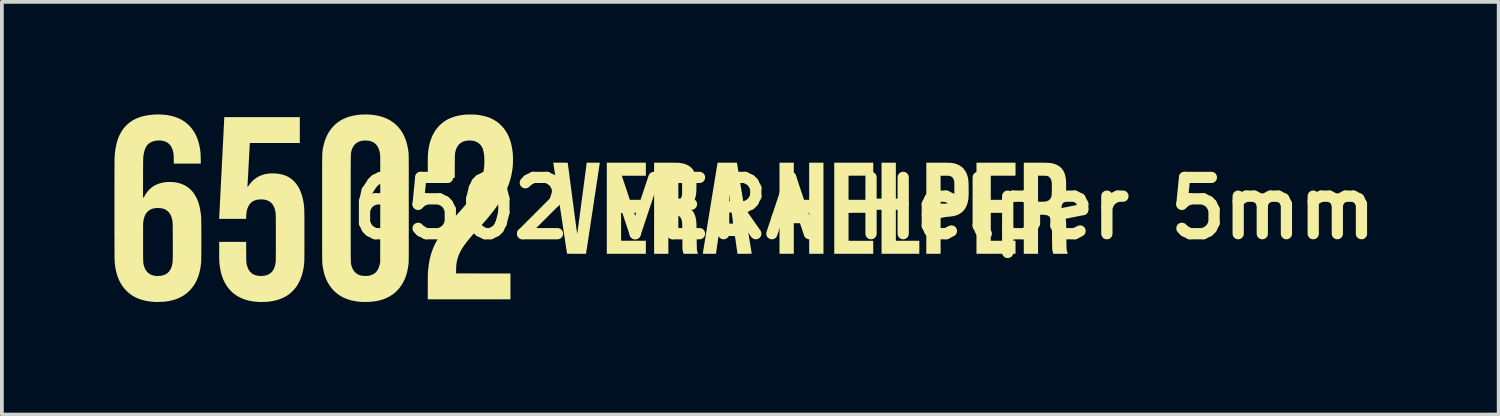
<source format=kicad_pcb>
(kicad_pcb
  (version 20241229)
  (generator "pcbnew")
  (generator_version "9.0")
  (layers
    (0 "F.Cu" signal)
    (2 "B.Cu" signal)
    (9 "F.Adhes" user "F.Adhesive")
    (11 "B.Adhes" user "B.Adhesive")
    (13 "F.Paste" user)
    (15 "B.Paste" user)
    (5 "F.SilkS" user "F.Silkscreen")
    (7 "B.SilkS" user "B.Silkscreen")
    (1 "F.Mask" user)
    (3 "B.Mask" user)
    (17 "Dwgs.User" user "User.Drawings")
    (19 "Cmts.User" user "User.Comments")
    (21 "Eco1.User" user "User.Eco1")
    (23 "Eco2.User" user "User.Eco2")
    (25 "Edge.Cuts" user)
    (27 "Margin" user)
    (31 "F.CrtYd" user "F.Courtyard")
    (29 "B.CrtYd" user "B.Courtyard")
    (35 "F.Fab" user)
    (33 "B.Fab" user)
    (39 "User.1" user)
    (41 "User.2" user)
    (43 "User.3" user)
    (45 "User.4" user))
  (footprint "6502 VERA Helper 5mm"
    (layer "F.Cu")
    (at 19.987 2.5)
    (property "Reference" "6502 VERA Helper 5mm" (at 0 0 0) (layer "F.SilkS") (effects (font (size 1.5 1.5) (thickness 0.3))))
    (attr board_only exclude_from_pos_files exclude_from_bom)
    (fp_poly (pts (xy 0.84 -0.173) (xy 0.84 0.867) (xy 1.153 0.867) (xy 1.466 0.867) (xy 1.466 1.041) (xy 1.466 1.214) (xy 0.962 1.214) (xy 0.459 1.214) (xy 0.459 0) (xy 0.459 -1.214) (xy 0.649 -1.214) (xy 0.84 -1.214)) (stroke (width 0) (type solid)) (fill yes) (layer "F.SilkS"))
    (fp_poly (pts (xy -5.823 -1.041) (xy -5.823 -0.867) (xy -6.153 -0.867) (xy -6.483 -0.867) (xy -6.483 -0.546) (xy -6.483 -0.224) (xy -6.221 -0.224) (xy -5.959 -0.224) (xy -5.96 -0.052) (xy -5.961 0.121) (xy -6.222 0.122) (xy -6.483 0.123) (xy -6.483 0.495) (xy -6.483 0.867) (xy -6.153 0.867) (xy -5.823 0.867) (xy -5.823 1.041) (xy -5.823 1.214) (xy -6.344 1.214) (xy -6.864 1.214) (xy -6.864 0) (xy -6.864 -1.214) (xy -6.344 -1.214) (xy -5.823 -1.214)) (stroke (width 0) (type solid)) (fill yes) (layer "F.SilkS"))
    (fp_poly (pts (xy -1.88 -0.719) (xy -1.88 -0.224) (xy -1.675 -0.224) (xy -1.47 -0.224) (xy -1.47 -0.719) (xy -1.47 -1.214) (xy -1.28 -1.214) (xy -1.089 -1.214) (xy -1.089 0) (xy -1.089 1.214) (xy -1.28 1.214) (xy -1.47 1.214) (xy -1.47 0.668) (xy -1.47 0.123) (xy -1.675 0.123) (xy -1.88 0.123) (xy -1.88 0.668) (xy -1.88 1.214) (xy -2.071 1.214) (xy -2.261 1.214) (xy -2.261 0) (xy -2.261 -1.214) (xy -2.071 -1.214) (xy -1.88 -1.214)) (stroke (width 0) (type solid)) (fill yes) (layer "F.SilkS"))
    (fp_poly (pts (xy 0.238 -1.042) (xy 0.237 -0.869) (xy -0.092 -0.868) (xy -0.421 -0.867) (xy -0.421 -0.546) (xy -0.421 -0.224) (xy -0.159 -0.224) (xy 0.104 -0.224) (xy 0.103 -0.052) (xy 0.102 0.121) (xy -0.16 0.122) (xy -0.421 0.123) (xy -0.421 0.495) (xy -0.421 0.867) (xy -0.092 0.868) (xy 0.237 0.869) (xy 0.238 1.042) (xy 0.239 1.214) (xy -0.281 1.214) (xy -0.802 1.214) (xy -0.802 0) (xy -0.802 -1.214) (xy -0.281 -1.214) (xy 0.239 -1.214)) (stroke (width 0) (type solid)) (fill yes) (layer "F.SilkS"))
    (fp_poly (pts (xy 4.03 -1.041) (xy 4.03 -0.867) (xy 3.7 -0.867) (xy 3.37 -0.867) (xy 3.37 -0.546) (xy 3.37 -0.224) (xy 3.632 -0.224) (xy 3.894 -0.224) (xy 3.894 -0.051) (xy 3.894 0.123) (xy 3.632 0.123) (xy 3.37 0.123) (xy 3.37 0.495) (xy 3.37 0.867) (xy 3.7 0.867) (xy 4.03 0.867) (xy 4.03 1.041) (xy 4.03 1.214) (xy 3.509 1.214) (xy 2.989 1.214) (xy 2.989 0) (xy 2.989 -1.214) (xy 3.509 -1.214) (xy 4.03 -1.214)) (stroke (width 0) (type solid)) (fill yes) (layer "F.SilkS"))
    (fp_poly (pts (xy 2.025 -1.214) (xy 2.081 -1.214) (xy 2.131 -1.214) (xy 2.175 -1.213) (xy 2.212 -1.213) (xy 2.245 -1.212) (xy 2.273 -1.211) (xy 2.297 -1.21) (xy 2.318 -1.208) (xy 2.337 -1.206) (xy 2.354 -1.203) (xy 2.37 -1.2) (xy 2.386 -1.197) (xy 2.402 -1.193) (xy 2.41 -1.191) (xy 2.473 -1.171) (xy 2.53 -1.145) (xy 2.581 -1.113) (xy 2.626 -1.074) (xy 2.665 -1.03) (xy 2.699 -0.979) (xy 2.727 -0.922) (xy 2.741 -0.883) (xy 2.749 -0.857) (xy 2.756 -0.833) (xy 2.762 -0.81) (xy 2.767 -0.785) (xy 2.771 -0.759) (xy 2.774 -0.73) (xy 2.776 -0.698) (xy 2.778 -0.661) (xy 2.779 -0.617) (xy 2.78 -0.567) (xy 2.78 -0.539) (xy 2.781 -0.474) (xy 2.781 -0.418) (xy 2.78 -0.368) (xy 2.778 -0.323) (xy 2.776 -0.284) (xy 2.773 -0.248) (xy 2.768 -0.216) (xy 2.763 -0.186) (xy 2.756 -0.157) (xy 2.749 -0.132) (xy 2.728 -0.069) (xy 2.7 -0.013) (xy 2.667 0.038) (xy 2.628 0.082) (xy 2.583 0.12) (xy 2.533 0.153) (xy 2.476 0.18) (xy 2.413 0.201) (xy 2.354 0.214) (xy 2.34 0.216) (xy 2.325 0.218) (xy 2.306 0.219) (xy 2.283 0.221) (xy 2.255 0.222) (xy 2.221 0.222) (xy 2.18 0.223) (xy 2.173 0.223) (xy 2.033 0.225) (xy 2.033 0.72) (xy 2.033 1.214) (xy 1.842 1.214) (xy 1.652 1.214) (xy 1.652 0) (xy 1.652 -0.495) (xy 2.033 -0.495) (xy 2.033 -0.123) (xy 2.141 -0.123) (xy 2.178 -0.123) (xy 2.208 -0.123) (xy 2.232 -0.124) (xy 2.25 -0.125) (xy 2.263 -0.127) (xy 2.274 -0.129) (xy 2.307 -0.141) (xy 2.336 -0.159) (xy 2.359 -0.182) (xy 2.376 -0.209) (xy 2.381 -0.221) (xy 2.385 -0.232) (xy 2.388 -0.243) (xy 2.391 -0.255) (xy 2.394 -0.268) (xy 2.395 -0.284) (xy 2.397 -0.304) (xy 2.398 -0.328) (xy 2.398 -0.357) (xy 2.398 -0.391) (xy 2.399 -0.432) (xy 2.399 -0.481) (xy 2.399 -0.495) (xy 2.399 -0.543) (xy 2.399 -0.584) (xy 2.398 -0.618) (xy 2.398 -0.646) (xy 2.398 -0.668) (xy 2.397 -0.686) (xy 2.396 -0.7) (xy 2.395 -0.712) (xy 2.394 -0.721) (xy 2.392 -0.729) (xy 2.391 -0.734) (xy 2.38 -0.77) (xy 2.365 -0.799) (xy 2.347 -0.822) (xy 2.325 -0.839) (xy 2.314 -0.845) (xy 2.301 -0.851) (xy 2.288 -0.856) (xy 2.275 -0.86) (xy 2.261 -0.863) (xy 2.243 -0.865) (xy 2.221 -0.866) (xy 2.193 -0.867) (xy 2.159 -0.867) (xy 2.142 -0.867) (xy 2.033 -0.867) (xy 2.033 -0.495) (xy 1.652 -0.495) (xy 1.652 -1.214) (xy 1.96 -1.214)) (stroke (width 0) (type solid)) (fill yes) (layer "F.SilkS"))
    (fp_poly (pts (xy -8.05 -1.214) (xy -8.011 -1.214) (xy -7.979 -1.214) (xy -7.953 -1.213) (xy -7.934 -1.213) (xy -7.92 -1.212) (xy -7.911 -1.211) (xy -7.906 -1.21) (xy -7.905 -1.209) (xy -7.904 -1.204) (xy -7.903 -1.191) (xy -7.9 -1.171) (xy -7.897 -1.144) (xy -7.892 -1.11) (xy -7.887 -1.07) (xy -7.881 -1.025) (xy -7.874 -0.974) (xy -7.867 -0.919) (xy -7.859 -0.86) (xy -7.851 -0.796) (xy -7.842 -0.73) (xy -7.833 -0.66) (xy -7.824 -0.588) (xy -7.814 -0.515) (xy -7.804 -0.439) (xy -7.794 -0.363) (xy -7.784 -0.286) (xy -7.774 -0.209) (xy -7.763 -0.133) (xy -7.753 -0.057) (xy -7.744 0.017) (xy -7.734 0.09) (xy -7.725 0.161) (xy -7.716 0.229) (xy -7.707 0.293) (xy -7.699 0.354) (xy -7.691 0.411) (xy -7.684 0.464) (xy -7.678 0.512) (xy -7.672 0.554) (xy -7.667 0.59) (xy -7.663 0.62) (xy -7.66 0.643) (xy -7.658 0.659) (xy -7.657 0.667) (xy -7.657 0.668) (xy -7.653 0.671) (xy -7.651 0.67) (xy -7.65 0.666) (xy -7.648 0.653) (xy -7.646 0.633) (xy -7.642 0.606) (xy -7.637 0.571) (xy -7.631 0.531) (xy -7.625 0.484) (xy -7.618 0.431) (xy -7.61 0.373) (xy -7.601 0.31) (xy -7.592 0.242) (xy -7.583 0.17) (xy -7.572 0.095) (xy -7.562 0.015) (xy -7.551 -0.067) (xy -7.54 -0.152) (xy -7.528 -0.239) (xy -7.523 -0.274) (xy -7.399 -1.214) (xy -7.224 -1.214) (xy -7.049 -1.214) (xy -7.052 -1.2) (xy -7.052 -1.195) (xy -7.055 -1.182) (xy -7.058 -1.161) (xy -7.062 -1.132) (xy -7.067 -1.097) (xy -7.074 -1.055) (xy -7.081 -1.007) (xy -7.089 -0.952) (xy -7.098 -0.892) (xy -7.108 -0.827) (xy -7.119 -0.756) (xy -7.13 -0.681) (xy -7.142 -0.602) (xy -7.155 -0.518) (xy -7.168 -0.431) (xy -7.182 -0.341) (xy -7.196 -0.248) (xy -7.21 -0.152) (xy -7.225 -0.054) (xy -7.234 0.004) (xy -7.249 0.104) (xy -7.264 0.201) (xy -7.278 0.296) (xy -7.292 0.388) (xy -7.305 0.476) (xy -7.318 0.562) (xy -7.331 0.643) (xy -7.342 0.721) (xy -7.353 0.794) (xy -7.364 0.862) (xy -7.373 0.925) (xy -7.382 0.982) (xy -7.39 1.034) (xy -7.397 1.079) (xy -7.403 1.118) (xy -7.408 1.151) (xy -7.412 1.176) (xy -7.414 1.193) (xy -7.416 1.203) (xy -7.416 1.205) (xy -7.418 1.214) (xy -7.67 1.214) (xy -7.725 1.214) (xy -7.772 1.214) (xy -7.811 1.214) (xy -7.843 1.214) (xy -7.87 1.213) (xy -7.89 1.213) (xy -7.905 1.212) (xy -7.915 1.211) (xy -7.921 1.21) (xy -7.924 1.209) (xy -7.924 1.209) (xy -7.924 1.204) (xy -7.926 1.192) (xy -7.929 1.171) (xy -7.934 1.144) (xy -7.939 1.109) (xy -7.945 1.068) (xy -7.953 1.02) (xy -7.961 0.966) (xy -7.97 0.907) (xy -7.98 0.842) (xy -7.99 0.772) (xy -8.001 0.697) (xy -8.013 0.618) (xy -8.026 0.535) (xy -8.039 0.448) (xy -8.053 0.358) (xy -8.067 0.265) (xy -8.081 0.169) (xy -8.096 0.071) (xy -8.106 0.008) (xy -8.121 -0.091) (xy -8.135 -0.189) (xy -8.15 -0.284) (xy -8.164 -0.376) (xy -8.177 -0.465) (xy -8.19 -0.551) (xy -8.202 -0.633) (xy -8.214 -0.711) (xy -8.225 -0.784) (xy -8.236 -0.852) (xy -8.245 -0.916) (xy -8.254 -0.974) (xy -8.262 -1.026) (xy -8.269 -1.072) (xy -8.275 -1.112) (xy -8.28 -1.144) (xy -8.284 -1.17) (xy -8.286 -1.188) (xy -8.288 -1.198) (xy -8.288 -1.2) (xy -8.291 -1.214) (xy -8.098 -1.214)) (stroke (width 0) (type solid)) (fill yes) (layer "F.SilkS"))
    (fp_poly (pts (xy 4.631 -1.214) (xy 4.692 -1.214) (xy 4.745 -1.214) (xy 4.792 -1.213) (xy 4.833 -1.212) (xy 4.869 -1.211) (xy 4.9 -1.21) (xy 4.928 -1.208) (xy 4.952 -1.206) (xy 4.974 -1.203) (xy 4.994 -1.199) (xy 5.012 -1.196) (xy 5.03 -1.191) (xy 5.049 -1.186) (xy 5.068 -1.18) (xy 5.073 -1.178) (xy 5.129 -1.156) (xy 5.179 -1.129) (xy 5.224 -1.096) (xy 5.262 -1.058) (xy 5.295 -1.013) (xy 5.323 -0.963) (xy 5.345 -0.906) (xy 5.361 -0.843) (xy 5.373 -0.774) (xy 5.375 -0.752) (xy 5.377 -0.731) (xy 5.378 -0.704) (xy 5.378 -0.672) (xy 5.379 -0.635) (xy 5.379 -0.597) (xy 5.378 -0.557) (xy 5.378 -0.517) (xy 5.377 -0.479) (xy 5.375 -0.444) (xy 5.374 -0.413) (xy 5.372 -0.386) (xy 5.37 -0.367) (xy 5.369 -0.362) (xy 5.354 -0.296) (xy 5.334 -0.237) (xy 5.309 -0.184) (xy 5.278 -0.138) (xy 5.242 -0.099) (xy 5.2 -0.066) (xy 5.165 -0.046) (xy 5.15 -0.037) (xy 5.138 -0.03) (xy 5.132 -0.025) (xy 5.131 -0.024) (xy 5.135 -0.021) (xy 5.145 -0.016) (xy 5.159 -0.01) (xy 5.163 -0.008) (xy 5.205 0.012) (xy 5.242 0.038) (xy 5.274 0.069) (xy 5.301 0.105) (xy 5.325 0.148) (xy 5.344 0.198) (xy 5.36 0.255) (xy 5.372 0.319) (xy 5.373 0.331) (xy 5.375 0.342) (xy 5.376 0.355) (xy 5.377 0.371) (xy 5.378 0.391) (xy 5.379 0.414) (xy 5.379 0.443) (xy 5.38 0.476) (xy 5.381 0.516) (xy 5.382 0.561) (xy 5.382 0.614) (xy 5.383 0.674) (xy 5.383 0.723) (xy 5.384 0.796) (xy 5.385 0.86) (xy 5.386 0.918) (xy 5.387 0.968) (xy 5.387 1.01) (xy 5.388 1.044) (xy 5.389 1.07) (xy 5.39 1.089) (xy 5.391 1.098) (xy 5.399 1.137) (xy 5.409 1.172) (xy 5.417 1.195) (xy 5.425 1.214) (xy 5.231 1.214) (xy 5.037 1.214) (xy 5.029 1.186) (xy 5.025 1.173) (xy 5.021 1.16) (xy 5.018 1.149) (xy 5.016 1.137) (xy 5.013 1.124) (xy 5.011 1.109) (xy 5.01 1.093) (xy 5.008 1.074) (xy 5.007 1.051) (xy 5.006 1.024) (xy 5.006 0.993) (xy 5.005 0.957) (xy 5.004 0.915) (xy 5.004 0.866) (xy 5.003 0.81) (xy 5.003 0.747) (xy 5.002 0.728) (xy 5.002 0.664) (xy 5.001 0.607) (xy 5.001 0.559) (xy 5 0.517) (xy 5 0.481) (xy 4.999 0.45) (xy 4.999 0.425) (xy 4.998 0.404) (xy 4.997 0.387) (xy 4.996 0.374) (xy 4.995 0.363) (xy 4.994 0.354) (xy 4.993 0.347) (xy 4.992 0.344) (xy 4.983 0.31) (xy 4.974 0.282) (xy 4.962 0.259) (xy 4.948 0.24) (xy 4.933 0.225) (xy 4.915 0.21) (xy 4.896 0.199) (xy 4.875 0.19) (xy 4.85 0.183) (xy 4.82 0.178) (xy 4.785 0.175) (xy 4.743 0.174) (xy 4.716 0.174) (xy 4.63 0.173) (xy 4.63 0.694) (xy 4.63 1.214) (xy 4.44 1.214) (xy 4.25 1.214) (xy 4.25 0) (xy 4.25 -0.521) (xy 4.63 -0.521) (xy 4.63 -0.173) (xy 4.716 -0.174) (xy 4.752 -0.174) (xy 4.784 -0.175) (xy 4.81 -0.177) (xy 4.83 -0.179) (xy 4.833 -0.179) (xy 4.874 -0.19) (xy 4.908 -0.206) (xy 4.936 -0.229) (xy 4.96 -0.257) (xy 4.978 -0.292) (xy 4.988 -0.324) (xy 4.991 -0.335) (xy 4.992 -0.354) (xy 4.994 -0.379) (xy 4.995 -0.409) (xy 4.997 -0.442) (xy 4.997 -0.478) (xy 4.998 -0.515) (xy 4.998 -0.552) (xy 4.998 -0.587) (xy 4.998 -0.62) (xy 4.997 -0.649) (xy 4.996 -0.673) (xy 4.994 -0.691) (xy 4.994 -0.694) (xy 4.985 -0.738) (xy 4.971 -0.776) (xy 4.953 -0.807) (xy 4.929 -0.832) (xy 4.901 -0.85) (xy 4.889 -0.855) (xy 4.881 -0.858) (xy 4.874 -0.86) (xy 4.865 -0.862) (xy 4.854 -0.863) (xy 4.84 -0.864) (xy 4.821 -0.865) (xy 4.797 -0.866) (xy 4.765 -0.866) (xy 4.748 -0.866) (xy 4.63 -0.868) (xy 4.63 -0.521) (xy 4.25 -0.521) (xy 4.25 -1.214) (xy 4.563 -1.214)) (stroke (width 0) (type solid)) (fill yes) (layer "F.SilkS"))
    (fp_poly (pts (xy -5.228 -1.214) (xy -5.17 -1.214) (xy -5.118 -1.214) (xy -5.071 -1.213) (xy -5.029 -1.213) (xy -4.995 -1.212) (xy -4.967 -1.211) (xy -4.947 -1.211) (xy -4.936 -1.21) (xy -4.864 -1.199) (xy -4.8 -1.184) (xy -4.742 -1.163) (xy -4.69 -1.138) (xy -4.644 -1.107) (xy -4.604 -1.071) (xy -4.57 -1.029) (xy -4.541 -0.981) (xy -4.518 -0.927) (xy -4.511 -0.909) (xy -4.5 -0.869) (xy -4.49 -0.827) (xy -4.484 -0.781) (xy -4.478 -0.729) (xy -4.478 -0.719) (xy -4.476 -0.689) (xy -4.475 -0.654) (xy -4.475 -0.616) (xy -4.475 -0.575) (xy -4.475 -0.534) (xy -4.476 -0.494) (xy -4.478 -0.456) (xy -4.48 -0.422) (xy -4.482 -0.394) (xy -4.484 -0.374) (xy -4.497 -0.309) (xy -4.515 -0.251) (xy -4.538 -0.199) (xy -4.562 -0.158) (xy -4.586 -0.127) (xy -4.617 -0.097) (xy -4.65 -0.07) (xy -4.684 -0.047) (xy -4.705 -0.036) (xy -4.718 -0.03) (xy -4.723 -0.025) (xy -4.719 -0.02) (xy -4.712 -0.016) (xy -4.665 0.005) (xy -4.624 0.031) (xy -4.589 0.061) (xy -4.56 0.096) (xy -4.536 0.136) (xy -4.516 0.184) (xy -4.499 0.238) (xy -4.497 0.247) (xy -4.493 0.264) (xy -4.489 0.28) (xy -4.486 0.296) (xy -4.484 0.313) (xy -4.481 0.33) (xy -4.479 0.349) (xy -4.478 0.371) (xy -4.476 0.395) (xy -4.475 0.423) (xy -4.474 0.456) (xy -4.473 0.493) (xy -4.472 0.536) (xy -4.471 0.584) (xy -4.471 0.64) (xy -4.47 0.703) (xy -4.469 0.742) (xy -4.469 0.81) (xy -4.468 0.872) (xy -4.467 0.927) (xy -4.466 0.976) (xy -4.465 1.018) (xy -4.464 1.053) (xy -4.464 1.081) (xy -4.463 1.1) (xy -4.462 1.112) (xy -4.461 1.114) (xy -4.458 1.131) (xy -4.452 1.152) (xy -4.445 1.174) (xy -4.439 1.194) (xy -4.434 1.207) (xy -4.433 1.208) (xy -4.434 1.21) (xy -4.437 1.211) (xy -4.443 1.212) (xy -4.453 1.213) (xy -4.466 1.213) (xy -4.485 1.214) (xy -4.509 1.214) (xy -4.539 1.214) (xy -4.577 1.214) (xy -4.622 1.214) (xy -4.624 1.214) (xy -4.817 1.214) (xy -4.821 1.203) (xy -4.824 1.194) (xy -4.828 1.179) (xy -4.833 1.16) (xy -4.836 1.146) (xy -4.847 1.102) (xy -4.851 0.747) (xy -4.851 0.68) (xy -4.852 0.622) (xy -4.852 0.571) (xy -4.853 0.527) (xy -4.854 0.49) (xy -4.854 0.458) (xy -4.855 0.431) (xy -4.856 0.409) (xy -4.857 0.392) (xy -4.858 0.378) (xy -4.859 0.367) (xy -4.86 0.359) (xy -4.86 0.357) (xy -4.87 0.314) (xy -4.883 0.278) (xy -4.899 0.249) (xy -4.92 0.225) (xy -4.945 0.206) (xy -4.976 0.192) (xy -4.992 0.186) (xy -5.002 0.183) (xy -5.013 0.18) (xy -5.024 0.179) (xy -5.039 0.177) (xy -5.057 0.176) (xy -5.081 0.175) (xy -5.111 0.175) (xy -5.122 0.174) (xy -5.223 0.173) (xy -5.223 0.693) (xy -5.223 1.214) (xy -5.413 1.214) (xy -5.603 1.214) (xy -5.603 0) (xy -5.603 -0.52) (xy -5.223 -0.52) (xy -5.223 -0.172) (xy -5.122 -0.175) (xy -5.087 -0.175) (xy -5.06 -0.176) (xy -5.039 -0.178) (xy -5.023 -0.179) (xy -5.01 -0.181) (xy -5 -0.183) (xy -4.998 -0.184) (xy -4.961 -0.199) (xy -4.93 -0.218) (xy -4.905 -0.243) (xy -4.885 -0.273) (xy -4.871 -0.31) (xy -4.864 -0.335) (xy -4.862 -0.344) (xy -4.861 -0.355) (xy -4.859 -0.368) (xy -4.858 -0.384) (xy -4.858 -0.404) (xy -4.857 -0.429) (xy -4.857 -0.46) (xy -4.857 -0.498) (xy -4.857 -0.525) (xy -4.857 -0.572) (xy -4.857 -0.611) (xy -4.858 -0.644) (xy -4.859 -0.672) (xy -4.861 -0.695) (xy -4.864 -0.714) (xy -4.867 -0.73) (xy -4.871 -0.745) (xy -4.876 -0.759) (xy -4.883 -0.774) (xy -4.886 -0.782) (xy -4.904 -0.81) (xy -4.927 -0.833) (xy -4.956 -0.85) (xy -4.968 -0.855) (xy -4.975 -0.858) (xy -4.983 -0.86) (xy -4.992 -0.862) (xy -5.002 -0.864) (xy -5.016 -0.865) (xy -5.035 -0.865) (xy -5.059 -0.866) (xy -5.09 -0.866) (xy -5.107 -0.866) (xy -5.223 -0.868) (xy -5.223 -0.52) (xy -5.603 -0.52) (xy -5.603 -1.214) (xy -5.29 -1.214)) (stroke (width 0) (type solid)) (fill yes) (layer "F.SilkS"))
    (fp_poly (pts (xy -10.458 -2.497) (xy -10.42 -2.497) (xy -10.386 -2.496) (xy -10.357 -2.494) (xy -10.337 -2.493) (xy -10.237 -2.479) (xy -10.143 -2.46) (xy -10.056 -2.435) (xy -9.973 -2.405) (xy -9.897 -2.369) (xy -9.825 -2.327) (xy -9.758 -2.279) (xy -9.747 -2.271) (xy -9.731 -2.257) (xy -9.712 -2.24) (xy -9.692 -2.22) (xy -9.672 -2.201) (xy -9.667 -2.195) (xy -9.609 -2.13) (xy -9.558 -2.058) (xy -9.512 -1.981) (xy -9.473 -1.897) (xy -9.439 -1.808) (xy -9.412 -1.713) (xy -9.39 -1.612) (xy -9.375 -1.505) (xy -9.369 -1.439) (xy -9.367 -1.403) (xy -9.365 -1.361) (xy -9.364 -1.315) (xy -9.365 -1.268) (xy -9.365 -1.221) (xy -9.367 -1.177) (xy -9.369 -1.138) (xy -9.371 -1.115) (xy -9.383 -1.012) (xy -9.401 -0.91) (xy -9.423 -0.811) (xy -9.452 -0.712) (xy -9.486 -0.614) (xy -9.525 -0.516) (xy -9.571 -0.418) (xy -9.624 -0.319) (xy -9.682 -0.219) (xy -9.748 -0.118) (xy -9.82 -0.014) (xy -9.9 0.092) (xy -9.987 0.201) (xy -10.02 0.241) (xy -10.053 0.28) (xy -10.085 0.318) (xy -10.118 0.355) (xy -10.151 0.393) (xy -10.188 0.433) (xy -10.227 0.477) (xy -10.271 0.525) (xy -10.295 0.55) (xy -10.366 0.628) (xy -10.431 0.7) (xy -10.49 0.768) (xy -10.544 0.832) (xy -10.592 0.892) (xy -10.635 0.949) (xy -10.674 1.003) (xy -10.709 1.055) (xy -10.739 1.105) (xy -10.766 1.153) (xy -10.789 1.201) (xy -10.809 1.247) (xy -10.826 1.294) (xy -10.841 1.341) (xy -10.842 1.345) (xy -10.856 1.398) (xy -10.867 1.45) (xy -10.874 1.503) (xy -10.878 1.56) (xy -10.88 1.622) (xy -10.881 1.644) (xy -10.881 1.737) (xy -10.156 1.738) (xy -9.432 1.739) (xy -9.432 2.084) (xy -9.432 2.428) (xy -10.534 2.428) (xy -11.636 2.428) (xy -11.636 2.104) (xy -11.636 2.05) (xy -11.636 1.998) (xy -11.635 1.947) (xy -11.635 1.9) (xy -11.635 1.856) (xy -11.634 1.816) (xy -11.634 1.781) (xy -11.633 1.753) (xy -11.632 1.731) (xy -11.632 1.718) (xy -11.621 1.596) (xy -11.606 1.481) (xy -11.586 1.372) (xy -11.561 1.267) (xy -11.53 1.166) (xy -11.494 1.067) (xy -11.451 0.971) (xy -11.402 0.875) (xy -11.346 0.78) (xy -11.283 0.683) (xy -11.215 0.588) (xy -11.182 0.544) (xy -11.148 0.501) (xy -11.113 0.457) (xy -11.076 0.413) (xy -11.037 0.367) (xy -10.993 0.318) (xy -10.946 0.265) (xy -10.893 0.208) (xy -10.881 0.195) (xy -10.798 0.104) (xy -10.721 0.018) (xy -10.651 -0.064) (xy -10.586 -0.142) (xy -10.527 -0.216) (xy -10.474 -0.288) (xy -10.425 -0.357) (xy -10.381 -0.424) (xy -10.341 -0.489) (xy -10.305 -0.553) (xy -10.273 -0.616) (xy -10.244 -0.679) (xy -10.219 -0.742) (xy -10.197 -0.805) (xy -10.192 -0.819) (xy -10.167 -0.907) (xy -10.148 -0.996) (xy -10.135 -1.085) (xy -10.128 -1.178) (xy -10.127 -1.275) (xy -10.127 -1.295) (xy -10.13 -1.367) (xy -10.136 -1.431) (xy -10.145 -1.489) (xy -10.157 -1.54) (xy -10.171 -1.586) (xy -10.189 -1.626) (xy -10.211 -1.662) (xy -10.236 -1.694) (xy -10.24 -1.698) (xy -10.277 -1.732) (xy -10.317 -1.759) (xy -10.363 -1.78) (xy -10.413 -1.795) (xy -10.469 -1.803) (xy -10.494 -1.805) (xy -10.555 -1.805) (xy -10.612 -1.799) (xy -10.665 -1.786) (xy -10.713 -1.767) (xy -10.756 -1.742) (xy -10.775 -1.727) (xy -10.809 -1.695) (xy -10.837 -1.659) (xy -10.862 -1.616) (xy -10.882 -1.567) (xy -10.898 -1.512) (xy -10.905 -1.48) (xy -10.907 -1.471) (xy -10.908 -1.462) (xy -10.909 -1.453) (xy -10.911 -1.443) (xy -10.911 -1.43) (xy -10.912 -1.415) (xy -10.913 -1.397) (xy -10.913 -1.375) (xy -10.914 -1.348) (xy -10.914 -1.316) (xy -10.915 -1.278) (xy -10.915 -1.233) (xy -10.915 -1.182) (xy -10.916 -1.122) (xy -10.916 -1.122) (xy -10.917 -0.808) (xy -11.277 -0.808) (xy -11.636 -0.808) (xy -11.636 -1.095) (xy -11.636 -1.159) (xy -11.636 -1.215) (xy -11.636 -1.264) (xy -11.635 -1.307) (xy -11.634 -1.345) (xy -11.634 -1.378) (xy -11.633 -1.408) (xy -11.631 -1.435) (xy -11.629 -1.46) (xy -11.627 -1.483) (xy -11.625 -1.506) (xy -11.622 -1.53) (xy -11.619 -1.555) (xy -11.602 -1.657) (xy -11.578 -1.754) (xy -11.548 -1.845) (xy -11.512 -1.932) (xy -11.47 -2.012) (xy -11.423 -2.088) (xy -11.369 -2.157) (xy -11.309 -2.22) (xy -11.244 -2.277) (xy -11.179 -2.325) (xy -11.108 -2.367) (xy -11.031 -2.403) (xy -10.949 -2.434) (xy -10.86 -2.459) (xy -10.766 -2.478) (xy -10.665 -2.492) (xy -10.663 -2.493) (xy -10.64 -2.494) (xy -10.61 -2.496) (xy -10.575 -2.497) (xy -10.537 -2.497) (xy -10.498 -2.498)) (stroke (width 0) (type solid)) (fill yes) (layer "F.SilkS"))
    (fp_poly (pts (xy -3.607 -1.214) (xy -3.564 -1.214) (xy -3.524 -1.214) (xy -3.488 -1.214) (xy -3.457 -1.214) (xy -3.431 -1.213) (xy -3.412 -1.213) (xy -3.4 -1.213) (xy -3.395 -1.213) (xy -3.395 -1.213) (xy -3.395 -1.213) (xy -3.395 -1.212) (xy -3.395 -1.211) (xy -3.395 -1.21) (xy -3.394 -1.207) (xy -3.394 -1.203) (xy -3.393 -1.198) (xy -3.392 -1.191) (xy -3.39 -1.182) (xy -3.388 -1.171) (xy -3.386 -1.157) (xy -3.383 -1.14) (xy -3.38 -1.12) (xy -3.376 -1.097) (xy -3.372 -1.07) (xy -3.367 -1.039) (xy -3.361 -1.004) (xy -3.355 -0.965) (xy -3.348 -0.921) (xy -3.34 -0.872) (xy -3.331 -0.818) (xy -3.321 -0.759) (xy -3.311 -0.694) (xy -3.299 -0.623) (xy -3.287 -0.546) (xy -3.273 -0.462) (xy -3.258 -0.371) (xy -3.242 -0.274) (xy -3.225 -0.169) (xy -3.207 -0.056) (xy -3.187 0.064) (xy -3.167 0.192) (xy -3.165 0.204) (xy -3.15 0.295) (xy -3.135 0.384) (xy -3.121 0.47) (xy -3.108 0.554) (xy -3.095 0.634) (xy -3.082 0.71) (xy -3.071 0.782) (xy -3.06 0.85) (xy -3.049 0.913) (xy -3.04 0.972) (xy -3.031 1.024) (xy -3.024 1.071) (xy -3.017 1.112) (xy -3.012 1.146) (xy -3.007 1.173) (xy -3.004 1.193) (xy -3.002 1.206) (xy -3.002 1.21) (xy -3.006 1.211) (xy -3.018 1.212) (xy -3.037 1.213) (xy -3.063 1.213) (xy -3.095 1.214) (xy -3.133 1.214) (xy -3.175 1.214) (xy -3.191 1.214) (xy -3.381 1.214) (xy -3.414 0.983) (xy -3.42 0.939) (xy -3.426 0.898) (xy -3.431 0.861) (xy -3.436 0.827) (xy -3.441 0.798) (xy -3.444 0.775) (xy -3.447 0.758) (xy -3.448 0.748) (xy -3.449 0.746) (xy -3.451 0.744) (xy -3.457 0.743) (xy -3.467 0.742) (xy -3.483 0.742) (xy -3.503 0.741) (xy -3.53 0.741) (xy -3.563 0.741) (xy -3.603 0.74) (xy -3.652 0.74) (xy -3.668 0.74) (xy -3.71 0.74) (xy -3.75 0.741) (xy -3.785 0.741) (xy -3.817 0.741) (xy -3.844 0.741) (xy -3.864 0.742) (xy -3.879 0.742) (xy -3.885 0.743) (xy -3.886 0.743) (xy -3.886 0.747) (xy -3.888 0.76) (xy -3.891 0.779) (xy -3.894 0.804) (xy -3.899 0.834) (xy -3.904 0.869) (xy -3.909 0.908) (xy -3.916 0.949) (xy -3.92 0.977) (xy -3.926 1.021) (xy -3.932 1.061) (xy -3.937 1.099) (xy -3.942 1.132) (xy -3.946 1.161) (xy -3.949 1.184) (xy -3.952 1.2) (xy -3.953 1.21) (xy -3.953 1.212) (xy -3.957 1.212) (xy -3.969 1.213) (xy -3.988 1.213) (xy -4.012 1.214) (xy -4.041 1.214) (xy -4.074 1.214) (xy -4.11 1.214) (xy -4.129 1.214) (xy -4.172 1.214) (xy -4.208 1.214) (xy -4.236 1.214) (xy -4.259 1.214) (xy -4.276 1.213) (xy -4.288 1.212) (xy -4.296 1.212) (xy -4.301 1.211) (xy -4.304 1.209) (xy -4.305 1.207) (xy -4.305 1.207) (xy -4.304 1.202) (xy -4.302 1.19) (xy -4.299 1.17) (xy -4.294 1.143) (xy -4.289 1.109) (xy -4.282 1.068) (xy -4.275 1.022) (xy -4.267 0.97) (xy -4.257 0.913) (xy -4.247 0.852) (xy -4.237 0.786) (xy -4.226 0.716) (xy -4.214 0.642) (xy -4.201 0.566) (xy -4.188 0.487) (xy -4.176 0.408) (xy -3.839 0.408) (xy -3.835 0.408) (xy -3.823 0.409) (xy -3.805 0.409) (xy -3.781 0.41) (xy -3.752 0.41) (xy -3.719 0.41) (xy -3.683 0.41) (xy -3.668 0.41) (xy -3.625 0.41) (xy -3.59 0.41) (xy -3.562 0.41) (xy -3.54 0.41) (xy -3.524 0.409) (xy -3.512 0.409) (xy -3.504 0.408) (xy -3.5 0.407) (xy -3.497 0.405) (xy -3.497 0.404) (xy -3.497 0.403) (xy -3.497 0.397) (xy -3.499 0.384) (xy -3.502 0.363) (xy -3.506 0.336) (xy -3.51 0.302) (xy -3.515 0.264) (xy -3.522 0.22) (xy -3.528 0.173) (xy -3.535 0.122) (xy -3.543 0.067) (xy -3.551 0.01) (xy -3.56 -0.049) (xy -3.568 -0.109) (xy -3.577 -0.17) (xy -3.586 -0.231) (xy -3.594 -0.292) (xy -3.603 -0.352) (xy -3.611 -0.411) (xy -3.62 -0.467) (xy -3.627 -0.521) (xy -3.635 -0.571) (xy -3.641 -0.618) (xy -3.648 -0.66) (xy -3.653 -0.697) (xy -3.658 -0.729) (xy -3.662 -0.755) (xy -3.665 -0.774) (xy -3.666 -0.786) (xy -3.667 -0.79) (xy -3.671 -0.791) (xy -3.672 -0.791) (xy -3.673 -0.786) (xy -3.674 -0.774) (xy -3.677 -0.755) (xy -3.681 -0.729) (xy -3.685 -0.697) (xy -3.691 -0.66) (xy -3.697 -0.617) (xy -3.703 -0.57) (xy -3.71 -0.52) (xy -3.718 -0.466) (xy -3.726 -0.409) (xy -3.734 -0.351) (xy -3.743 -0.29) (xy -3.751 -0.229) (xy -3.76 -0.168) (xy -3.768 -0.107) (xy -3.777 -0.047) (xy -3.785 0.012) (xy -3.793 0.07) (xy -3.8 0.124) (xy -3.808 0.176) (xy -3.814 0.223) (xy -3.82 0.267) (xy -3.826 0.306) (xy -3.83 0.339) (xy -3.834 0.367) (xy -3.837 0.388) (xy -3.838 0.401) (xy -3.839 0.407) (xy -3.839 0.408) (xy -4.176 0.408) (xy -4.175 0.405) (xy -4.162 0.322) (xy -4.148 0.237) (xy -4.134 0.151) (xy -4.12 0.064) (xy -4.106 -0.023) (xy -4.092 -0.11) (xy -4.078 -0.196) (xy -4.064 -0.282) (xy -4.05 -0.366) (xy -4.037 -0.448) (xy -4.024 -0.529) (xy -4.011 -0.606) (xy -3.999 -0.681) (xy -3.987 -0.753) (xy -3.976 -0.82) (xy -3.966 -0.884) (xy -3.956 -0.943) (xy -3.947 -0.997) (xy -3.939 -1.046) (xy -3.932 -1.089) (xy -3.926 -1.126) (xy -3.921 -1.156) (xy -3.917 -1.179) (xy -3.915 -1.195) (xy -3.913 -1.204) (xy -3.913 -1.205) (xy -3.911 -1.214) (xy -3.653 -1.214)) (stroke (width 0) (type solid)) (fill yes) (layer "F.SilkS"))
    (fp_poly (pts (xy -15.046 -2.084) (xy -15.046 -1.739) (xy -15.712 -1.739) (xy -16.378 -1.739) (xy -16.38 -1.704) (xy -16.381 -1.695) (xy -16.382 -1.679) (xy -16.383 -1.655) (xy -16.385 -1.624) (xy -16.387 -1.587) (xy -16.389 -1.545) (xy -16.392 -1.497) (xy -16.395 -1.445) (xy -16.398 -1.389) (xy -16.401 -1.329) (xy -16.404 -1.267) (xy -16.408 -1.202) (xy -16.41 -1.155) (xy -16.414 -1.089) (xy -16.417 -1.025) (xy -16.42 -0.964) (xy -16.423 -0.905) (xy -16.426 -0.85) (xy -16.429 -0.8) (xy -16.432 -0.754) (xy -16.434 -0.713) (xy -16.436 -0.678) (xy -16.437 -0.649) (xy -16.439 -0.628) (xy -16.44 -0.613) (xy -16.44 -0.608) (xy -16.441 -0.592) (xy -16.441 -0.582) (xy -16.44 -0.577) (xy -16.436 -0.575) (xy -16.435 -0.575) (xy -16.428 -0.579) (xy -16.418 -0.59) (xy -16.406 -0.608) (xy -16.404 -0.61) (xy -16.358 -0.672) (xy -16.307 -0.728) (xy -16.25 -0.777) (xy -16.189 -0.82) (xy -16.122 -0.856) (xy -16.052 -0.885) (xy -15.977 -0.907) (xy -15.899 -0.922) (xy -15.816 -0.929) (xy -15.731 -0.929) (xy -15.73 -0.929) (xy -15.643 -0.922) (xy -15.563 -0.909) (xy -15.487 -0.89) (xy -15.417 -0.865) (xy -15.35 -0.833) (xy -15.301 -0.803) (xy -15.243 -0.759) (xy -15.19 -0.708) (xy -15.141 -0.651) (xy -15.097 -0.586) (xy -15.057 -0.516) (xy -15.023 -0.438) (xy -14.993 -0.355) (xy -14.969 -0.266) (xy -14.95 -0.171) (xy -14.944 -0.136) (xy -14.941 -0.118) (xy -14.939 -0.101) (xy -14.937 -0.084) (xy -14.935 -0.067) (xy -14.933 -0.05) (xy -14.931 -0.033) (xy -14.93 -0.014) (xy -14.929 0.007) (xy -14.928 0.03) (xy -14.927 0.056) (xy -14.926 0.084) (xy -14.925 0.117) (xy -14.925 0.153) (xy -14.924 0.193) (xy -14.924 0.239) (xy -14.924 0.29) (xy -14.924 0.346) (xy -14.923 0.409) (xy -14.923 0.479) (xy -14.923 0.556) (xy -14.923 0.64) (xy -14.923 0.724) (xy -14.923 0.82) (xy -14.923 0.911) (xy -14.923 0.995) (xy -14.924 1.073) (xy -14.924 1.143) (xy -14.924 1.207) (xy -14.925 1.264) (xy -14.925 1.313) (xy -14.925 1.354) (xy -14.926 1.388) (xy -14.927 1.414) (xy -14.927 1.432) (xy -14.928 1.439) (xy -14.939 1.549) (xy -14.957 1.653) (xy -14.981 1.751) (xy -15.011 1.844) (xy -15.047 1.931) (xy -15.089 2.013) (xy -15.136 2.088) (xy -15.19 2.157) (xy -15.25 2.22) (xy -15.315 2.278) (xy -15.38 2.325) (xy -15.451 2.367) (xy -15.528 2.403) (xy -15.611 2.434) (xy -15.699 2.459) (xy -15.793 2.478) (xy -15.89 2.492) (xy -15.906 2.493) (xy -15.929 2.494) (xy -15.956 2.496) (xy -15.987 2.497) (xy -16.019 2.497) (xy -16.051 2.498) (xy -16.081 2.499) (xy -16.108 2.499) (xy -16.131 2.499) (xy -16.147 2.498) (xy -16.15 2.498) (xy -16.189 2.494) (xy -16.22 2.492) (xy -16.246 2.489) (xy -16.268 2.487) (xy -16.287 2.484) (xy -16.304 2.482) (xy -16.322 2.479) (xy -16.326 2.478) (xy -16.421 2.459) (xy -16.512 2.433) (xy -16.597 2.4) (xy -16.677 2.361) (xy -16.751 2.316) (xy -16.812 2.271) (xy -16.828 2.257) (xy -16.847 2.24) (xy -16.867 2.22) (xy -16.887 2.201) (xy -16.892 2.195) (xy -16.95 2.13) (xy -17.001 2.06) (xy -17.046 1.983) (xy -17.085 1.901) (xy -17.118 1.813) (xy -17.146 1.72) (xy -17.167 1.62) (xy -17.183 1.514) (xy -17.191 1.437) (xy -17.191 1.422) (xy -17.192 1.4) (xy -17.193 1.372) (xy -17.194 1.338) (xy -17.194 1.299) (xy -17.194 1.257) (xy -17.195 1.212) (xy -17.195 1.166) (xy -17.195 1.14) (xy -17.195 0.897) (xy -16.836 0.897) (xy -16.476 0.897) (xy -16.475 1.167) (xy -16.474 1.222) (xy -16.474 1.27) (xy -16.474 1.311) (xy -16.473 1.346) (xy -16.473 1.375) (xy -16.472 1.399) (xy -16.471 1.419) (xy -16.47 1.435) (xy -16.469 1.448) (xy -16.468 1.459) (xy -16.467 1.469) (xy -16.466 1.476) (xy -16.457 1.514) (xy -16.446 1.552) (xy -16.433 1.589) (xy -16.419 1.621) (xy -16.411 1.637) (xy -16.396 1.659) (xy -16.377 1.684) (xy -16.354 1.708) (xy -16.331 1.73) (xy -16.309 1.748) (xy -16.297 1.755) (xy -16.256 1.775) (xy -16.209 1.79) (xy -16.159 1.8) (xy -16.106 1.805) (xy -16.052 1.805) (xy -15.998 1.8) (xy -15.947 1.789) (xy -15.929 1.784) (xy -15.881 1.764) (xy -15.838 1.738) (xy -15.8 1.706) (xy -15.767 1.666) (xy -15.74 1.62) (xy -15.718 1.568) (xy -15.702 1.509) (xy -15.69 1.444) (xy -15.689 1.433) (xy -15.689 1.423) (xy -15.688 1.405) (xy -15.687 1.38) (xy -15.687 1.349) (xy -15.686 1.311) (xy -15.686 1.268) (xy -15.686 1.219) (xy -15.685 1.167) (xy -15.685 1.111) (xy -15.685 1.052) (xy -15.685 0.99) (xy -15.685 0.927) (xy -15.685 0.862) (xy -15.685 0.797) (xy -15.685 0.731) (xy -15.685 0.666) (xy -15.685 0.602) (xy -15.685 0.54) (xy -15.685 0.48) (xy -15.685 0.423) (xy -15.686 0.37) (xy -15.686 0.321) (xy -15.686 0.276) (xy -15.687 0.237) (xy -15.687 0.203) (xy -15.688 0.176) (xy -15.688 0.156) (xy -15.689 0.144) (xy -15.689 0.142) (xy -15.7 0.075) (xy -15.715 0.015) (xy -15.735 -0.039) (xy -15.761 -0.086) (xy -15.792 -0.126) (xy -15.828 -0.16) (xy -15.869 -0.188) (xy -15.916 -0.21) (xy -15.969 -0.225) (xy -15.977 -0.227) (xy -16.006 -0.232) (xy -16.041 -0.234) (xy -16.078 -0.235) (xy -16.117 -0.234) (xy -16.153 -0.231) (xy -16.184 -0.227) (xy -16.192 -0.225) (xy -16.245 -0.209) (xy -16.292 -0.187) (xy -16.333 -0.159) (xy -16.369 -0.124) (xy -16.4 -0.083) (xy -16.425 -0.035) (xy -16.446 0.019) (xy -16.461 0.079) (xy -16.47 0.147) (xy -16.474 0.21) (xy -16.477 0.283) (xy -16.836 0.283) (xy -17.195 0.283) (xy -17.195 0.268) (xy -17.195 0.262) (xy -17.194 0.249) (xy -17.193 0.227) (xy -17.192 0.198) (xy -17.19 0.162) (xy -17.188 0.119) (xy -17.185 0.07) (xy -17.182 0.015) (xy -17.179 -0.047) (xy -17.176 -0.114) (xy -17.172 -0.186) (xy -17.168 -0.263) (xy -17.164 -0.344) (xy -17.16 -0.43) (xy -17.155 -0.52) (xy -17.151 -0.613) (xy -17.146 -0.709) (xy -17.141 -0.809) (xy -17.135 -0.911) (xy -17.13 -1.015) (xy -17.127 -1.072) (xy -17.122 -1.178) (xy -17.117 -1.281) (xy -17.111 -1.382) (xy -17.106 -1.48) (xy -17.102 -1.575) (xy -17.097 -1.667) (xy -17.092 -1.755) (xy -17.088 -1.838) (xy -17.084 -1.918) (xy -17.08 -1.993) (xy -17.077 -2.062) (xy -17.074 -2.127) (xy -17.071 -2.186) (xy -17.068 -2.238) (xy -17.066 -2.285) (xy -17.064 -2.324) (xy -17.062 -2.357) (xy -17.061 -2.383) (xy -17.06 -2.4) (xy -17.06 -2.41) (xy -17.06 -2.412) (xy -17.06 -2.428) (xy -16.053 -2.428) (xy -15.046 -2.428)) (stroke (width 0) (type solid)) (fill yes) (layer "F.SilkS"))
    (fp_poly (pts (xy -13.231 -2.499) (xy -13.129 -2.491) (xy -13.06 -2.483) (xy -12.96 -2.465) (xy -12.867 -2.441) (xy -12.778 -2.41) (xy -12.695 -2.373) (xy -12.618 -2.329) (xy -12.546 -2.279) (xy -12.479 -2.223) (xy -12.418 -2.16) (xy -12.363 -2.09) (xy -12.346 -2.066) (xy -12.302 -1.996) (xy -12.263 -1.921) (xy -12.23 -1.842) (xy -12.202 -1.757) (xy -12.179 -1.667) (xy -12.161 -1.571) (xy -12.149 -1.489) (xy -12.149 -1.483) (xy -12.148 -1.476) (xy -12.147 -1.469) (xy -12.147 -1.461) (xy -12.146 -1.451) (xy -12.146 -1.441) (xy -12.145 -1.428) (xy -12.145 -1.413) (xy -12.144 -1.396) (xy -12.144 -1.377) (xy -12.144 -1.355) (xy -12.143 -1.329) (xy -12.143 -1.3) (xy -12.143 -1.268) (xy -12.143 -1.231) (xy -12.143 -1.19) (xy -12.142 -1.145) (xy -12.142 -1.095) (xy -12.142 -1.04) (xy -12.142 -0.979) (xy -12.142 -0.913) (xy -12.142 -0.841) (xy -12.142 -0.762) (xy -12.142 -0.677) (xy -12.142 -0.586) (xy -12.142 -0.487) (xy -12.142 -0.381) (xy -12.142 -0.268) (xy -12.142 -0.146) (xy -12.142 -0.017) (xy -12.142 0) (xy -12.142 0.131) (xy -12.142 0.253) (xy -12.142 0.367) (xy -12.142 0.474) (xy -12.142 0.574) (xy -12.142 0.666) (xy -12.142 0.752) (xy -12.142 0.831) (xy -12.142 0.904) (xy -12.142 0.971) (xy -12.142 1.032) (xy -12.142 1.088) (xy -12.142 1.139) (xy -12.142 1.185) (xy -12.143 1.226) (xy -12.143 1.263) (xy -12.143 1.296) (xy -12.143 1.326) (xy -12.144 1.352) (xy -12.144 1.374) (xy -12.144 1.394) (xy -12.145 1.411) (xy -12.145 1.426) (xy -12.146 1.439) (xy -12.146 1.45) (xy -12.147 1.46) (xy -12.147 1.468) (xy -12.148 1.475) (xy -12.149 1.482) (xy -12.149 1.488) (xy -12.149 1.489) (xy -12.157 1.549) (xy -12.167 1.608) (xy -12.178 1.663) (xy -12.189 1.711) (xy -12.19 1.715) (xy -12.219 1.811) (xy -12.254 1.9) (xy -12.295 1.983) (xy -12.343 2.061) (xy -12.395 2.132) (xy -12.454 2.198) (xy -12.518 2.257) (xy -12.588 2.31) (xy -12.664 2.356) (xy -12.744 2.396) (xy -12.83 2.43) (xy -12.922 2.457) (xy -12.952 2.464) (xy -13.035 2.479) (xy -13.122 2.49) (xy -13.213 2.497) (xy -13.305 2.499) (xy -13.396 2.497) (xy -13.418 2.496) (xy -13.523 2.485) (xy -13.622 2.468) (xy -13.717 2.444) (xy -13.805 2.414) (xy -13.889 2.378) (xy -13.967 2.335) (xy -14.04 2.285) (xy -14.107 2.229) (xy -14.169 2.167) (xy -14.225 2.097) (xy -14.255 2.055) (xy -14.296 1.988) (xy -14.331 1.919) (xy -14.362 1.845) (xy -14.389 1.767) (xy -14.411 1.683) (xy -14.429 1.593) (xy -14.444 1.498) (xy -14.445 1.492) (xy -14.445 1.486) (xy -14.446 1.479) (xy -14.446 1.471) (xy -14.447 1.461) (xy -14.447 1.45) (xy -14.448 1.437) (xy -14.448 1.422) (xy -14.449 1.404) (xy -14.449 1.383) (xy -14.449 1.36) (xy -14.45 1.333) (xy -14.45 1.302) (xy -14.45 1.268) (xy -14.45 1.229) (xy -14.451 1.186) (xy -14.451 1.139) (xy -14.451 1.086) (xy -14.451 1.028) (xy -14.451 0.965) (xy -14.451 0.896) (xy -14.451 0.821) (xy -14.451 0.739) (xy -14.451 0.651) (xy -14.451 0.556) (xy -14.451 0.454) (xy -14.451 0.345) (xy -14.451 0.227) (xy -14.451 0.102) (xy -14.451 0) (xy -14.451 -0.132) (xy -14.451 -0.257) (xy -14.451 -0.31) (xy -13.69 -0.31) (xy -13.69 -0.191) (xy -13.69 -0.063) (xy -13.69 0) (xy -13.69 0.131) (xy -13.69 0.254) (xy -13.69 0.37) (xy -13.69 0.477) (xy -13.69 0.578) (xy -13.69 0.671) (xy -13.69 0.757) (xy -13.69 0.837) (xy -13.69 0.91) (xy -13.69 0.978) (xy -13.689 1.04) (xy -13.689 1.096) (xy -13.689 1.148) (xy -13.689 1.194) (xy -13.689 1.236) (xy -13.688 1.274) (xy -13.688 1.307) (xy -13.687 1.337) (xy -13.687 1.363) (xy -13.686 1.387) (xy -13.686 1.407) (xy -13.685 1.424) (xy -13.684 1.439) (xy -13.683 1.452) (xy -13.682 1.464) (xy -13.681 1.473) (xy -13.68 1.482) (xy -13.679 1.489) (xy -13.678 1.496) (xy -13.676 1.502) (xy -13.675 1.508) (xy -13.673 1.514) (xy -13.672 1.521) (xy -13.671 1.524) (xy -13.653 1.58) (xy -13.63 1.631) (xy -13.601 1.675) (xy -13.567 1.713) (xy -13.527 1.745) (xy -13.483 1.77) (xy -13.434 1.789) (xy -13.43 1.79) (xy -13.389 1.798) (xy -13.344 1.803) (xy -13.296 1.805) (xy -13.248 1.803) (xy -13.203 1.798) (xy -13.182 1.794) (xy -13.16 1.788) (xy -13.135 1.779) (xy -13.112 1.77) (xy -13.106 1.767) (xy -13.064 1.743) (xy -13.027 1.714) (xy -12.995 1.679) (xy -12.968 1.638) (xy -12.945 1.591) (xy -12.927 1.537) (xy -12.912 1.48) (xy -12.904 1.436) (xy -12.902 0.036) (xy -12.902 -0.113) (xy -12.902 -0.253) (xy -12.902 -0.385) (xy -12.902 -0.509) (xy -12.902 -0.625) (xy -12.902 -0.732) (xy -12.902 -0.832) (xy -12.902 -0.923) (xy -12.902 -1.006) (xy -12.902 -1.082) (xy -12.902 -1.149) (xy -12.903 -1.209) (xy -12.903 -1.261) (xy -12.903 -1.306) (xy -12.903 -1.342) (xy -12.904 -1.371) (xy -12.904 -1.393) (xy -12.905 -1.407) (xy -12.905 -1.413) (xy -12.914 -1.481) (xy -12.929 -1.543) (xy -12.949 -1.598) (xy -12.974 -1.647) (xy -13.004 -1.689) (xy -13.04 -1.725) (xy -13.081 -1.754) (xy -13.128 -1.777) (xy -13.18 -1.794) (xy -13.184 -1.795) (xy -13.214 -1.8) (xy -13.249 -1.803) (xy -13.287 -1.804) (xy -13.325 -1.804) (xy -13.361 -1.802) (xy -13.392 -1.798) (xy -13.4 -1.797) (xy -13.454 -1.781) (xy -13.503 -1.759) (xy -13.546 -1.731) (xy -13.583 -1.697) (xy -13.615 -1.656) (xy -13.642 -1.608) (xy -13.662 -1.555) (xy -13.671 -1.524) (xy -13.673 -1.517) (xy -13.674 -1.511) (xy -13.676 -1.505) (xy -13.677 -1.499) (xy -13.678 -1.492) (xy -13.68 -1.485) (xy -13.681 -1.477) (xy -13.682 -1.468) (xy -13.683 -1.458) (xy -13.684 -1.446) (xy -13.685 -1.432) (xy -13.685 -1.415) (xy -13.686 -1.396) (xy -13.687 -1.375) (xy -13.687 -1.35) (xy -13.688 -1.322) (xy -13.688 -1.29) (xy -13.688 -1.255) (xy -13.689 -1.215) (xy -13.689 -1.17) (xy -13.689 -1.121) (xy -13.689 -1.067) (xy -13.69 -1.008) (xy -13.69 -0.943) (xy -13.69 -0.872) (xy -13.69 -0.796) (xy -13.69 -0.712) (xy -13.69 -0.623) (xy -13.69 -0.526) (xy -13.69 -0.422) (xy -13.69 -0.31) (xy -14.451 -0.31) (xy -14.451 -0.373) (xy -14.451 -0.482) (xy -14.451 -0.583) (xy -14.451 -0.678) (xy -14.451 -0.765) (xy -14.451 -0.846) (xy -14.451 -0.921) (xy -14.451 -0.99) (xy -14.451 -1.054) (xy -14.451 -1.112) (xy -14.451 -1.165) (xy -14.45 -1.213) (xy -14.45 -1.256) (xy -14.45 -1.296) (xy -14.449 -1.331) (xy -14.449 -1.363) (xy -14.448 -1.391) (xy -14.447 -1.417) (xy -14.447 -1.439) (xy -14.446 -1.459) (xy -14.445 -1.477) (xy -14.444 -1.493) (xy -14.443 -1.507) (xy -14.442 -1.519) (xy -14.44 -1.531) (xy -14.439 -1.542) (xy -14.437 -1.552) (xy -14.436 -1.562) (xy -14.434 -1.572) (xy -14.432 -1.582) (xy -14.43 -1.593) (xy -14.428 -1.604) (xy -14.426 -1.616) (xy -14.404 -1.713) (xy -14.377 -1.805) (xy -14.343 -1.892) (xy -14.303 -1.975) (xy -14.257 -2.052) (xy -14.205 -2.123) (xy -14.148 -2.189) (xy -14.085 -2.249) (xy -14.017 -2.302) (xy -13.944 -2.349) (xy -13.878 -2.383) (xy -13.799 -2.417) (xy -13.713 -2.445) (xy -13.623 -2.467) (xy -13.529 -2.484) (xy -13.431 -2.495) (xy -13.332 -2.5)) (stroke (width 0) (type solid)) (fill yes) (layer "F.SilkS"))
    (fp_poly (pts (xy -18.73 -2.497) (xy -18.635 -2.489) (xy -18.557 -2.479) (xy -18.461 -2.459) (xy -18.37 -2.433) (xy -18.285 -2.401) (xy -18.205 -2.362) (xy -18.131 -2.317) (xy -18.062 -2.265) (xy -17.998 -2.206) (xy -17.94 -2.141) (xy -17.918 -2.114) (xy -17.871 -2.046) (xy -17.829 -1.974) (xy -17.793 -1.897) (xy -17.762 -1.815) (xy -17.736 -1.727) (xy -17.715 -1.633) (xy -17.699 -1.532) (xy -17.696 -1.51) (xy -17.693 -1.483) (xy -17.691 -1.447) (xy -17.689 -1.405) (xy -17.688 -1.356) (xy -17.687 -1.321) (xy -17.685 -1.189) (xy -18.044 -1.189) (xy -18.404 -1.189) (xy -18.406 -1.31) (xy -18.407 -1.357) (xy -18.408 -1.396) (xy -18.41 -1.428) (xy -18.412 -1.453) (xy -18.415 -1.47) (xy -18.429 -1.533) (xy -18.447 -1.588) (xy -18.471 -1.637) (xy -18.499 -1.68) (xy -18.533 -1.716) (xy -18.572 -1.746) (xy -18.616 -1.771) (xy -18.623 -1.774) (xy -18.67 -1.79) (xy -18.722 -1.801) (xy -18.776 -1.806) (xy -18.832 -1.805) (xy -18.887 -1.799) (xy -18.941 -1.788) (xy -18.99 -1.771) (xy -19.014 -1.759) (xy -19.052 -1.737) (xy -19.085 -1.711) (xy -19.114 -1.68) (xy -19.139 -1.644) (xy -19.161 -1.603) (xy -19.179 -1.556) (xy -19.195 -1.502) (xy -19.207 -1.441) (xy -19.217 -1.372) (xy -19.218 -1.369) (xy -19.219 -1.358) (xy -19.219 -1.338) (xy -19.22 -1.31) (xy -19.221 -1.275) (xy -19.221 -1.231) (xy -19.222 -1.179) (xy -19.223 -1.119) (xy -19.223 -1.051) (xy -19.224 -0.976) (xy -19.224 -0.893) (xy -19.224 -0.805) (xy -19.225 -0.727) (xy -19.225 -0.658) (xy -19.225 -0.596) (xy -19.225 -0.541) (xy -19.225 -0.493) (xy -19.225 -0.451) (xy -19.225 -0.415) (xy -19.225 -0.385) (xy -19.225 -0.359) (xy -19.225 -0.338) (xy -19.224 -0.321) (xy -19.224 -0.308) (xy -19.223 -0.297) (xy -19.223 -0.29) (xy -19.222 -0.285) (xy -19.221 -0.282) (xy -19.22 -0.28) (xy -19.219 -0.279) (xy -19.218 -0.279) (xy -19.218 -0.279) (xy -19.213 -0.281) (xy -19.206 -0.289) (xy -19.198 -0.302) (xy -19.186 -0.322) (xy -19.184 -0.326) (xy -19.142 -0.395) (xy -19.096 -0.456) (xy -19.045 -0.51) (xy -18.99 -0.557) (xy -18.93 -0.598) (xy -18.865 -0.631) (xy -18.794 -0.658) (xy -18.719 -0.679) (xy -18.637 -0.693) (xy -18.633 -0.694) (xy -18.606 -0.697) (xy -18.573 -0.698) (xy -18.535 -0.699) (xy -18.496 -0.699) (xy -18.457 -0.698) (xy -18.421 -0.696) (xy -18.39 -0.694) (xy -18.377 -0.692) (xy -18.295 -0.677) (xy -18.218 -0.655) (xy -18.147 -0.627) (xy -18.08 -0.592) (xy -18.018 -0.55) (xy -17.961 -0.502) (xy -17.909 -0.446) (xy -17.862 -0.384) (xy -17.82 -0.314) (xy -17.782 -0.238) (xy -17.766 -0.2) (xy -17.743 -0.135) (xy -17.723 -0.063) (xy -17.706 0.015) (xy -17.692 0.1) (xy -17.68 0.189) (xy -17.676 0.231) (xy -17.675 0.245) (xy -17.675 0.267) (xy -17.674 0.297) (xy -17.673 0.332) (xy -17.673 0.374) (xy -17.672 0.42) (xy -17.672 0.472) (xy -17.671 0.527) (xy -17.671 0.585) (xy -17.671 0.646) (xy -17.671 0.709) (xy -17.67 0.773) (xy -17.67 0.837) (xy -17.67 0.902) (xy -17.671 0.966) (xy -17.671 1.029) (xy -17.671 1.09) (xy -17.671 1.148) (xy -17.672 1.204) (xy -17.672 1.255) (xy -17.673 1.302) (xy -17.673 1.344) (xy -17.674 1.38) (xy -17.674 1.409) (xy -17.675 1.432) (xy -17.676 1.447) (xy -17.676 1.449) (xy -17.689 1.552) (xy -17.706 1.649) (xy -17.728 1.739) (xy -17.755 1.823) (xy -17.786 1.902) (xy -17.822 1.976) (xy -17.863 2.045) (xy -17.916 2.118) (xy -17.973 2.185) (xy -18.036 2.245) (xy -18.104 2.299) (xy -18.177 2.346) (xy -18.255 2.387) (xy -18.339 2.421) (xy -18.429 2.45) (xy -18.524 2.472) (xy -18.625 2.488) (xy -18.642 2.49) (xy -18.663 2.492) (xy -18.69 2.493) (xy -18.722 2.495) (xy -18.756 2.496) (xy -18.792 2.497) (xy -18.827 2.498) (xy -18.86 2.499) (xy -18.888 2.499) (xy -18.911 2.498) (xy -18.921 2.498) (xy -19.021 2.488) (xy -19.115 2.475) (xy -19.202 2.456) (xy -19.284 2.433) (xy -19.361 2.405) (xy -19.433 2.372) (xy -19.501 2.333) (xy -19.567 2.288) (xy -19.594 2.267) (xy -19.62 2.245) (xy -19.649 2.218) (xy -19.679 2.187) (xy -19.708 2.156) (xy -19.735 2.125) (xy -19.753 2.103) (xy -19.801 2.032) (xy -19.844 1.957) (xy -19.881 1.878) (xy -19.912 1.794) (xy -19.938 1.704) (xy -19.958 1.609) (xy -19.973 1.508) (xy -19.983 1.4) (xy -19.983 1.398) (xy -19.983 1.388) (xy -19.983 1.369) (xy -19.984 1.343) (xy -19.984 1.309) (xy -19.985 1.269) (xy -19.985 1.222) (xy -19.985 1.169) (xy -19.985 1.11) (xy -19.986 1.046) (xy -19.986 0.978) (xy -19.986 0.905) (xy -19.986 0.901) (xy -19.223 0.901) (xy -19.223 0.981) (xy -19.223 1.052) (xy -19.223 1.116) (xy -19.223 1.174) (xy -19.223 1.224) (xy -19.223 1.269) (xy -19.222 1.308) (xy -19.222 1.342) (xy -19.221 1.372) (xy -19.22 1.398) (xy -19.219 1.42) (xy -19.218 1.439) (xy -19.217 1.455) (xy -19.215 1.47) (xy -19.213 1.483) (xy -19.211 1.495) (xy -19.208 1.506) (xy -19.205 1.518) (xy -19.202 1.529) (xy -19.198 1.542) (xy -19.198 1.542) (xy -19.179 1.597) (xy -19.153 1.646) (xy -19.123 1.688) (xy -19.087 1.724) (xy -19.046 1.754) (xy -18.999 1.777) (xy -18.948 1.792) (xy -18.921 1.798) (xy -18.905 1.801) (xy -18.891 1.803) (xy -18.883 1.804) (xy -18.883 1.804) (xy -18.873 1.805) (xy -18.857 1.806) (xy -18.837 1.805) (xy -18.813 1.804) (xy -18.789 1.803) (xy -18.766 1.801) (xy -18.745 1.8) (xy -18.729 1.797) (xy -18.724 1.797) (xy -18.67 1.781) (xy -18.621 1.759) (xy -18.578 1.732) (xy -18.541 1.698) (xy -18.51 1.658) (xy -18.484 1.611) (xy -18.463 1.558) (xy -18.447 1.498) (xy -18.447 1.498) (xy -18.445 1.484) (xy -18.442 1.469) (xy -18.44 1.453) (xy -18.438 1.435) (xy -18.437 1.415) (xy -18.435 1.392) (xy -18.434 1.366) (xy -18.433 1.336) (xy -18.432 1.302) (xy -18.432 1.263) (xy -18.431 1.219) (xy -18.431 1.169) (xy -18.431 1.113) (xy -18.431 1.051) (xy -18.431 0.981) (xy -18.431 0.903) (xy -18.431 0.846) (xy -18.432 0.772) (xy -18.432 0.706) (xy -18.432 0.648) (xy -18.433 0.597) (xy -18.433 0.552) (xy -18.433 0.513) (xy -18.434 0.479) (xy -18.434 0.45) (xy -18.435 0.426) (xy -18.435 0.406) (xy -18.436 0.389) (xy -18.437 0.375) (xy -18.438 0.364) (xy -18.439 0.355) (xy -18.44 0.347) (xy -18.44 0.345) (xy -18.452 0.284) (xy -18.468 0.23) (xy -18.487 0.183) (xy -18.511 0.142) (xy -18.539 0.106) (xy -18.558 0.087) (xy -18.593 0.057) (xy -18.631 0.034) (xy -18.673 0.016) (xy -18.718 0.004) (xy -18.77 -0.003) (xy -18.827 -0.006) (xy -18.828 -0.006) (xy -18.884 -0.004) (xy -18.934 0.003) (xy -18.98 0.015) (xy -19.021 0.032) (xy -19.054 0.051) (xy -19.092 0.08) (xy -19.125 0.115) (xy -19.154 0.155) (xy -19.177 0.201) (xy -19.196 0.254) (xy -19.21 0.313) (xy -19.216 0.344) (xy -19.217 0.351) (xy -19.218 0.36) (xy -19.219 0.369) (xy -19.22 0.379) (xy -19.22 0.392) (xy -19.221 0.407) (xy -19.222 0.425) (xy -19.222 0.446) (xy -19.222 0.472) (xy -19.223 0.502) (xy -19.223 0.536) (xy -19.223 0.576) (xy -19.223 0.622) (xy -19.223 0.674) (xy -19.223 0.733) (xy -19.223 0.8) (xy -19.223 0.874) (xy -19.223 0.901) (xy -19.986 0.901) (xy -19.986 0.828) (xy -19.986 0.747) (xy -19.987 0.663) (xy -19.987 0.576) (xy -19.987 0.487) (xy -19.987 0.395) (xy -19.987 0.303) (xy -19.987 0.208) (xy -19.987 0.114) (xy -19.987 0.018) (xy -19.987 -0.077) (xy -19.987 -0.172) (xy -19.987 -0.266) (xy -19.987 -0.359) (xy -19.987 -0.451) (xy -19.987 -0.54) (xy -19.987 -0.627) (xy -19.986 -0.711) (xy -19.986 -0.792) (xy -19.986 -0.869) (xy -19.986 -0.943) (xy -19.986 -1.012) (xy -19.985 -1.076) (xy -19.985 -1.135) (xy -19.985 -1.188) (xy -19.985 -1.235) (xy -19.984 -1.276) (xy -19.984 -1.31) (xy -19.984 -1.337) (xy -19.983 -1.356) (xy -19.983 -1.366) (xy -19.973 -1.482) (xy -19.958 -1.591) (xy -19.938 -1.694) (xy -19.912 -1.791) (xy -19.881 -1.881) (xy -19.844 -1.964) (xy -19.801 -2.042) (xy -19.753 -2.114) (xy -19.699 -2.179) (xy -19.64 -2.238) (xy -19.575 -2.291) (xy -19.504 -2.338) (xy -19.427 -2.38) (xy -19.361 -2.409) (xy -19.283 -2.436) (xy -19.199 -2.459) (xy -19.11 -2.476) (xy -19.018 -2.489) (xy -18.923 -2.497) (xy -18.826 -2.5)) (stroke (width 0) (type solid)) (fill yes) (layer "F.SilkS")))
  (gr_rect
    (start -3 -3)
    (end 36.894 7.999)
    (stroke (width 0.1) (type default))
    (fill no)
    (layer "Edge.Cuts")))
</source>
